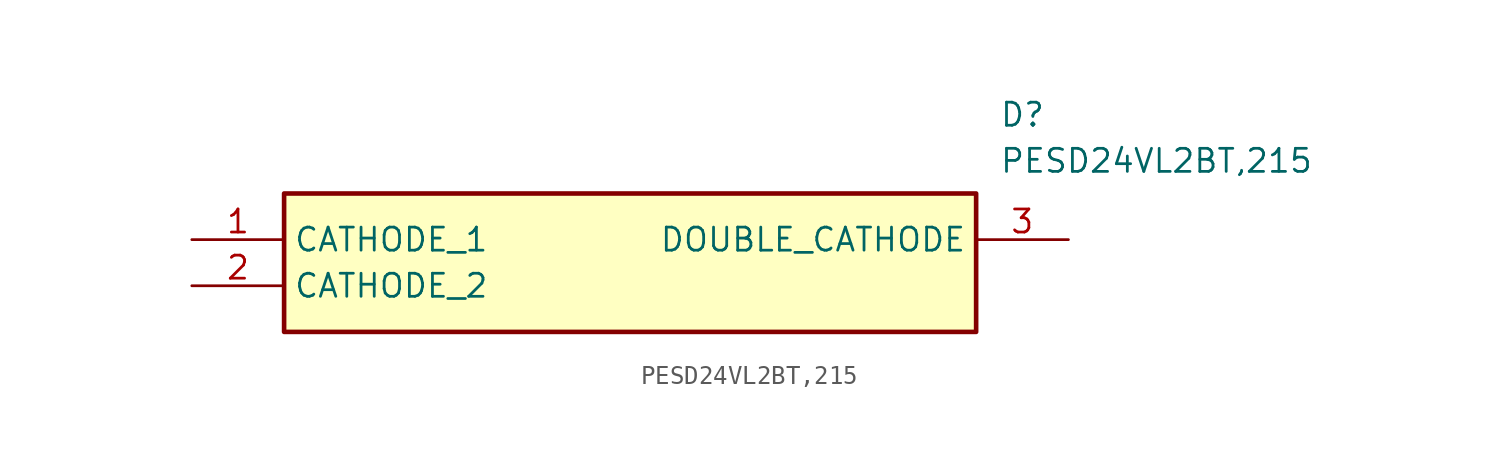
<source format=kicad_sym>
(kicad_symbol_lib
  (version 20211014)
  (generator SamacSys_ECAD_Model)
  (symbol "PESD24VL2BT,215"
    (property "Reference" "D"
      (at 44.45 7.62 0)
      (effects (font (size 1.27 1.27)) (justify left top)))
    (property "Value" "PESD24VL2BT,215"
      (at 44.45 5.08 0)
      (effects (font (size 1.27 1.27)) (justify left top)))
    (rectangle
      (start 5.08 2.54)
      (end 43.18 -5.08)
      (stroke (width 0.254) (type default))
      (fill (type background)))
    (pin passive line
      (at 0 0 0)
      (length 5.08)
      (name "CATHODE_1" (effects (font (size 1.27 1.27))))
      (number "1" (effects (font (size 1.27 1.27)))))
    (pin passive line
      (at 0 -2.54 0)
      (length 5.08)
      (name "CATHODE_2" (effects (font (size 1.27 1.27))))
      (number "2" (effects (font (size 1.27 1.27)))))
    (pin passive line
      (at 48.26 0 180)
      (length 5.08)
      (name "DOUBLE_CATHODE" (effects (font (size 1.27 1.27))))
      (number "3" (effects (font (size 1.27 1.27)))))))
</source>
